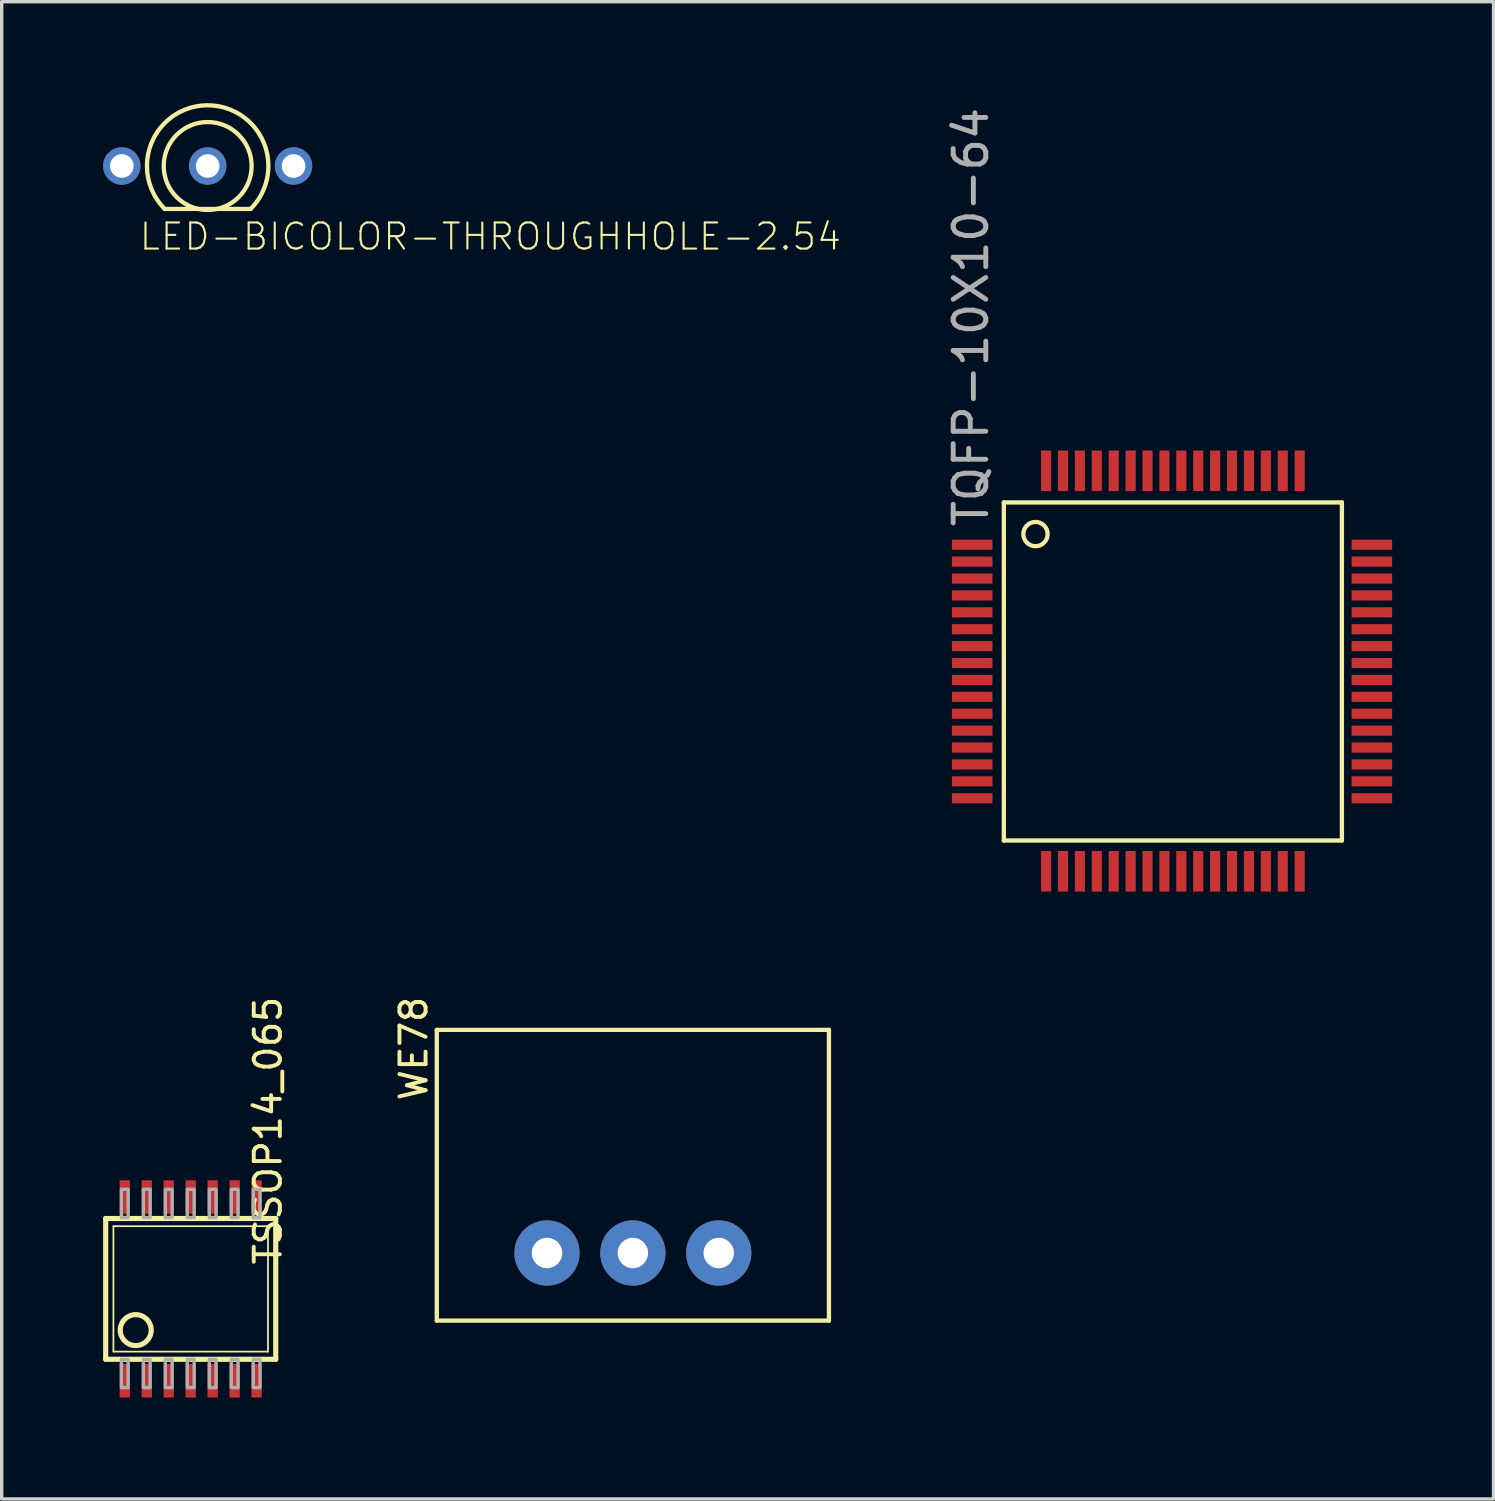
<source format=kicad_pcb>
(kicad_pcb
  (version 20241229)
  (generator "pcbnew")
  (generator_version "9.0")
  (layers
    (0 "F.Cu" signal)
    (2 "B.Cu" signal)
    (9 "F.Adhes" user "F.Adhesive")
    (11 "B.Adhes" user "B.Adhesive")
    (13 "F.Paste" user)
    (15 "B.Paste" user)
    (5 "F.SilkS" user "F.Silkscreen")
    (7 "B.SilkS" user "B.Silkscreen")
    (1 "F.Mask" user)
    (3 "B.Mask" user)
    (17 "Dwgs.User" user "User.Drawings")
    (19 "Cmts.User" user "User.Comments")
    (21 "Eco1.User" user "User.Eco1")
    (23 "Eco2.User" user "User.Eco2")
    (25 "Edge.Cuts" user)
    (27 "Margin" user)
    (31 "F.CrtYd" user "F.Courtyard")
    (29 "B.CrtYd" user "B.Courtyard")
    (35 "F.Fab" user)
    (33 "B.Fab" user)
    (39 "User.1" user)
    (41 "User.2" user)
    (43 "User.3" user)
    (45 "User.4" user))
  (footprint "WE78"
    (layer "F.Cu")
    (at 15.67 34.013)
    (property "Reference" "WE78" (at -6.032 -4.445 270) (layer "F.SilkS") (effects (font (size 0.772 0.772) (thickness 0.116)) (justify left bottom)))
    (attr through_hole)
    (fp_line (start -5.8 -6.6) (end 5.8 -6.6) (stroke (width 0.127) (type solid)) (layer "F.SilkS"))
    (fp_line (start -5.8 2) (end -5.8 -6.6) (stroke (width 0.127) (type solid)) (layer "F.SilkS"))
    (fp_line (start -5.8 2) (end 5.8 2) (stroke (width 0.127) (type solid)) (layer "F.SilkS"))
    (fp_line (start 5.8 -6.6) (end 5.8 2) (stroke (width 0.127) (type solid)) (layer "F.SilkS"))
    (pad "1" thru_hole circle (at -2.54 0 90) (size 1.93 1.93) (drill 0.9) (layers "*.Cu" "*.Mask"))
    (pad "2" thru_hole circle (at 0 0 90) (size 1.93 1.93) (drill 0.9) (layers "*.Cu" "*.Mask"))
    (pad "3" thru_hole circle (at 2.54 0 90) (size 1.93 1.93) (drill 0.9) (layers "*.Cu" "*.Mask")))
  (footprint "LED-BICOLOR-THROUGHHOLE-2.54"
    (layer "F.Cu")
    (at 3.093 1.86)
    (property "Reference" "LED-BICOLOR-THROUGHHOLE-2.54" (at -2.064 2.54 180) (layer "F.SilkS") (effects (font (size 0.772 0.772) (thickness 0.062)) (justify left bottom)))
    (attr through_hole)
    (fp_line (start -1.27 1.27) (end 1.27 1.27) (stroke (width 0.127) (type solid)) (layer "F.SilkS"))
    (fp_arc (start -1.27 1.27) (mid 0 -1.796051) (end 1.27 1.27) (stroke (width 0.127) (type solid)) (layer "F.SilkS"))
    (fp_circle (center 0 0) (end 1.3 0) (stroke (width 0.127) (type solid)) (fill no) (layer "F.SilkS"))
    (pad "1" thru_hole circle (at -2.54 0) (size 1.106 1.106) (drill 0.7) (layers "*.Cu" "*.Mask"))
    (pad "2" thru_hole circle (at 0 0) (size 1.106 1.106) (drill 0.7) (layers "*.Cu" "*.Mask"))
    (pad "3" thru_hole circle (at 2.54 0) (size 1.106 1.106) (drill 0.7) (layers "*.Cu" "*.Mask")))
  (footprint "TQFP-10X10-64"
    (layer "F.Cu")
    (at 31.643 16.812)
    (property "Reference" "TQFP-10X10-64" (at -5.408 -4.207 90) (layer "F.Fab") (effects (font (size 0.965 0.965) (thickness 0.145)) (justify left bottom)))
    (attr through_hole)
    (fp_line (start -5 -5) (end -5 5) (stroke (width 0.127) (type solid)) (layer "F.SilkS"))
    (fp_line (start -5 5) (end 5 5) (stroke (width 0.127) (type solid)) (layer "F.SilkS"))
    (fp_line (start 5 -5) (end -5 -5) (stroke (width 0.127) (type solid)) (layer "F.SilkS"))
    (fp_line (start 5 5) (end 5 -5) (stroke (width 0.127) (type solid)) (layer "F.SilkS"))
    (fp_circle (center -4.064 -4.064) (end -3.705 -4.064) (stroke (width 0.127) (type solid)) (fill no) (layer "F.SilkS"))
    (pad "1" smd rect (at -5.936 -3.75 270) (size 0.3 1.2) (layers "F.Cu" "F.Mask" "F.Paste"))
    (pad "2" smd rect (at -5.936 -3.25 270) (size 0.3 1.2) (layers "F.Cu" "F.Mask" "F.Paste"))
    (pad "3" smd rect (at -5.936 -2.75 270) (size 0.3 1.2) (layers "F.Cu" "F.Mask" "F.Paste"))
    (pad "4" smd rect (at -5.936 -2.25 270) (size 0.3 1.2) (layers "F.Cu" "F.Mask" "F.Paste"))
    (pad "5" smd rect (at -5.936 -1.75 270) (size 0.3 1.2) (layers "F.Cu" "F.Mask" "F.Paste"))
    (pad "6" smd rect (at -5.936 -1.25 270) (size 0.3 1.2) (layers "F.Cu" "F.Mask" "F.Paste"))
    (pad "7" smd rect (at -5.936 -0.75 270) (size 0.3 1.2) (layers "F.Cu" "F.Mask" "F.Paste"))
    (pad "8" smd rect (at -5.936 -0.25 270) (size 0.3 1.2) (layers "F.Cu" "F.Mask" "F.Paste"))
    (pad "9" smd rect (at -5.936 0.25 270) (size 0.3 1.2) (layers "F.Cu" "F.Mask" "F.Paste"))
    (pad "10" smd rect (at -5.936 0.75 270) (size 0.3 1.2) (layers "F.Cu" "F.Mask" "F.Paste"))
    (pad "11" smd rect (at -5.936 1.25 270) (size 0.3 1.2) (layers "F.Cu" "F.Mask" "F.Paste"))
    (pad "12" smd rect (at -5.936 1.75 270) (size 0.3 1.2) (layers "F.Cu" "F.Mask" "F.Paste"))
    (pad "13" smd rect (at -5.936 2.25 270) (size 0.3 1.2) (layers "F.Cu" "F.Mask" "F.Paste"))
    (pad "14" smd rect (at -5.936 2.75 270) (size 0.3 1.2) (layers "F.Cu" "F.Mask" "F.Paste"))
    (pad "15" smd rect (at -5.936 3.25 270) (size 0.3 1.2) (layers "F.Cu" "F.Mask" "F.Paste"))
    (pad "16" smd rect (at -5.936 3.75 270) (size 0.3 1.2) (layers "F.Cu" "F.Mask" "F.Paste"))
    (pad "17" smd rect (at -3.75 5.911) (size 0.3 1.2) (layers "F.Cu" "F.Mask" "F.Paste"))
    (pad "18" smd rect (at -3.25 5.911) (size 0.3 1.2) (layers "F.Cu" "F.Mask" "F.Paste"))
    (pad "19" smd rect (at -2.75 5.911) (size 0.3 1.2) (layers "F.Cu" "F.Mask" "F.Paste"))
    (pad "20" smd rect (at -2.25 5.911) (size 0.3 1.2) (layers "F.Cu" "F.Mask" "F.Paste"))
    (pad "21" smd rect (at -1.75 5.911) (size 0.3 1.2) (layers "F.Cu" "F.Mask" "F.Paste"))
    (pad "22" smd rect (at -1.25 5.911) (size 0.3 1.2) (layers "F.Cu" "F.Mask" "F.Paste"))
    (pad "23" smd rect (at -0.75 5.911) (size 0.3 1.2) (layers "F.Cu" "F.Mask" "F.Paste"))
    (pad "24" smd rect (at -0.25 5.911) (size 0.3 1.2) (layers "F.Cu" "F.Mask" "F.Paste"))
    (pad "25" smd rect (at 0.25 5.911) (size 0.3 1.2) (layers "F.Cu" "F.Mask" "F.Paste"))
    (pad "26" smd rect (at 0.75 5.911) (size 0.3 1.2) (layers "F.Cu" "F.Mask" "F.Paste"))
    (pad "27" smd rect (at 1.25 5.911) (size 0.3 1.2) (layers "F.Cu" "F.Mask" "F.Paste"))
    (pad "28" smd rect (at 1.75 5.911) (size 0.3 1.2) (layers "F.Cu" "F.Mask" "F.Paste"))
    (pad "29" smd rect (at 2.25 5.911) (size 0.3 1.2) (layers "F.Cu" "F.Mask" "F.Paste"))
    (pad "30" smd rect (at 2.75 5.911) (size 0.3 1.2) (layers "F.Cu" "F.Mask" "F.Paste"))
    (pad "31" smd rect (at 3.25 5.911) (size 0.3 1.2) (layers "F.Cu" "F.Mask" "F.Paste"))
    (pad "32" smd rect (at 3.75 5.911) (size 0.3 1.2) (layers "F.Cu" "F.Mask" "F.Paste"))
    (pad "33" smd rect (at 5.886 3.75 90) (size 0.3 1.2) (layers "F.Cu" "F.Mask" "F.Paste"))
    (pad "34" smd rect (at 5.886 3.25 90) (size 0.3 1.2) (layers "F.Cu" "F.Mask" "F.Paste"))
    (pad "35" smd rect (at 5.886 2.75 90) (size 0.3 1.2) (layers "F.Cu" "F.Mask" "F.Paste"))
    (pad "36" smd rect (at 5.886 2.25 90) (size 0.3 1.2) (layers "F.Cu" "F.Mask" "F.Paste"))
    (pad "37" smd rect (at 5.886 1.75 90) (size 0.3 1.2) (layers "F.Cu" "F.Mask" "F.Paste"))
    (pad "38" smd rect (at 5.886 1.25 90) (size 0.3 1.2) (layers "F.Cu" "F.Mask" "F.Paste"))
    (pad "39" smd rect (at 5.886 0.75 90) (size 0.3 1.2) (layers "F.Cu" "F.Mask" "F.Paste"))
    (pad "40" smd rect (at 5.886 0.25 90) (size 0.3 1.2) (layers "F.Cu" "F.Mask" "F.Paste"))
    (pad "41" smd rect (at 5.886 -0.25 90) (size 0.3 1.2) (layers "F.Cu" "F.Mask" "F.Paste"))
    (pad "42" smd rect (at 5.886 -0.75 90) (size 0.3 1.2) (layers "F.Cu" "F.Mask" "F.Paste"))
    (pad "43" smd rect (at 5.886 -1.25 90) (size 0.3 1.2) (layers "F.Cu" "F.Mask" "F.Paste"))
    (pad "44" smd rect (at 5.886 -1.75 90) (size 0.3 1.2) (layers "F.Cu" "F.Mask" "F.Paste"))
    (pad "45" smd rect (at 5.886 -2.25 90) (size 0.3 1.2) (layers "F.Cu" "F.Mask" "F.Paste"))
    (pad "46" smd rect (at 5.886 -2.75 90) (size 0.3 1.2) (layers "F.Cu" "F.Mask" "F.Paste"))
    (pad "47" smd rect (at 5.886 -3.25 90) (size 0.3 1.2) (layers "F.Cu" "F.Mask" "F.Paste"))
    (pad "48" smd rect (at 5.886 -3.75 90) (size 0.3 1.2) (layers "F.Cu" "F.Mask" "F.Paste"))
    (pad "49" smd rect (at 3.75 -5.936 180) (size 0.3 1.2) (layers "F.Cu" "F.Mask" "F.Paste"))
    (pad "50" smd rect (at 3.25 -5.936 180) (size 0.3 1.2) (layers "F.Cu" "F.Mask" "F.Paste"))
    (pad "51" smd rect (at 2.75 -5.936 180) (size 0.3 1.2) (layers "F.Cu" "F.Mask" "F.Paste"))
    (pad "52" smd rect (at 2.25 -5.936 180) (size 0.3 1.2) (layers "F.Cu" "F.Mask" "F.Paste"))
    (pad "53" smd rect (at 1.75 -5.936 180) (size 0.3 1.2) (layers "F.Cu" "F.Mask" "F.Paste"))
    (pad "54" smd rect (at 1.25 -5.936 180) (size 0.3 1.2) (layers "F.Cu" "F.Mask" "F.Paste"))
    (pad "55" smd rect (at 0.75 -5.936 180) (size 0.3 1.2) (layers "F.Cu" "F.Mask" "F.Paste"))
    (pad "56" smd rect (at 0.25 -5.936 180) (size 0.3 1.2) (layers "F.Cu" "F.Mask" "F.Paste"))
    (pad "57" smd rect (at -0.25 -5.936 180) (size 0.3 1.2) (layers "F.Cu" "F.Mask" "F.Paste"))
    (pad "58" smd rect (at -0.75 -5.936 180) (size 0.3 1.2) (layers "F.Cu" "F.Mask" "F.Paste"))
    (pad "59" smd rect (at -1.25 -5.936 180) (size 0.3 1.2) (layers "F.Cu" "F.Mask" "F.Paste"))
    (pad "60" smd rect (at -1.75 -5.936 180) (size 0.3 1.2) (layers "F.Cu" "F.Mask" "F.Paste"))
    (pad "61" smd rect (at -2.25 -5.936 180) (size 0.3 1.2) (layers "F.Cu" "F.Mask" "F.Paste"))
    (pad "62" smd rect (at -2.75 -5.936 180) (size 0.3 1.2) (layers "F.Cu" "F.Mask" "F.Paste"))
    (pad "63" smd rect (at -3.25 -5.936 180) (size 0.3 1.2) (layers "F.Cu" "F.Mask" "F.Paste"))
    (pad "64" smd rect (at -3.75 -5.936 180) (size 0.3 1.2) (layers "F.Cu" "F.Mask" "F.Paste")))
  (footprint "TSSOP14_065"
    (layer "F.Cu")
    (at 2.591 35.075)
    (property "Reference" "TSSOP14_065" (at 2.737 -0.654 90) (layer "F.SilkS") (effects (font (size 0.772 0.772) (thickness 0.116)) (justify left bottom)))
    (attr through_hole)
    (fp_line (start -2.515 2.083) (end -2.515 -2.083) (stroke (width 0.152) (type solid)) (layer "F.SilkS"))
    (fp_line (start -2.515 2.083) (end 2.515 2.083) (stroke (width 0.152) (type solid)) (layer "F.SilkS"))
    (fp_line (start -2.286 1.854) (end -2.286 -1.854) (stroke (width 0.051) (type solid)) (layer "F.SilkS"))
    (fp_line (start -2.286 1.854) (end 2.286 1.854) (stroke (width 0.051) (type solid)) (layer "F.SilkS"))
    (fp_line (start 2.286 -1.854) (end -2.286 -1.854) (stroke (width 0.051) (type solid)) (layer "F.SilkS"))
    (fp_line (start 2.286 -1.854) (end 2.286 1.854) (stroke (width 0.051) (type solid)) (layer "F.SilkS"))
    (fp_line (start 2.515 -2.083) (end -2.515 -2.083) (stroke (width 0.152) (type solid)) (layer "F.SilkS"))
    (fp_line (start 2.515 -2.083) (end 2.515 2.083) (stroke (width 0.152) (type solid)) (layer "F.SilkS"))
    (fp_circle (center -1.626 1.219) (end -1.168 1.219) (stroke (width 0.152) (type solid)) (fill no) (layer "F.SilkS"))
    (fp_poly (pts (xy -2.05 -2.108) (xy -1.85 -2.108) (xy -1.85 -2.946) (xy -2.05 -2.946)) (stroke (width 0.1) (type solid)) (fill no) (layer "F.Fab"))
    (fp_poly (pts (xy -2.05 2.921) (xy -1.85 2.921) (xy -1.85 2.083) (xy -2.05 2.083)) (stroke (width 0.1) (type solid)) (fill no) (layer "F.Fab"))
    (fp_poly (pts (xy -1.4 -2.108) (xy -1.2 -2.108) (xy -1.2 -2.946) (xy -1.4 -2.946)) (stroke (width 0.1) (type solid)) (fill no) (layer "F.Fab"))
    (fp_poly (pts (xy -1.4 2.921) (xy -1.2 2.921) (xy -1.2 2.083) (xy -1.4 2.083)) (stroke (width 0.1) (type solid)) (fill no) (layer "F.Fab"))
    (fp_poly (pts (xy -0.75 -2.108) (xy -0.55 -2.108) (xy -0.55 -2.946) (xy -0.75 -2.946)) (stroke (width 0.1) (type solid)) (fill no) (layer "F.Fab"))
    (fp_poly (pts (xy -0.75 2.921) (xy -0.55 2.921) (xy -0.55 2.083) (xy -0.75 2.083)) (stroke (width 0.1) (type solid)) (fill no) (layer "F.Fab"))
    (fp_poly (pts (xy -0.102 -2.108) (xy 0.102 -2.108) (xy 0.102 -2.946) (xy -0.102 -2.946)) (stroke (width 0.1) (type solid)) (fill no) (layer "F.Fab"))
    (fp_poly (pts (xy -0.102 2.921) (xy 0.102 2.921) (xy 0.102 2.083) (xy -0.102 2.083)) (stroke (width 0.1) (type solid)) (fill no) (layer "F.Fab"))
    (fp_poly (pts (xy 0.55 -2.108) (xy 0.75 -2.108) (xy 0.75 -2.946) (xy 0.55 -2.946)) (stroke (width 0.1) (type solid)) (fill no) (layer "F.Fab"))
    (fp_poly (pts (xy 0.55 2.921) (xy 0.75 2.921) (xy 0.75 2.083) (xy 0.55 2.083)) (stroke (width 0.1) (type solid)) (fill no) (layer "F.Fab"))
    (fp_poly (pts (xy 1.2 -2.108) (xy 1.4 -2.108) (xy 1.4 -2.946) (xy 1.2 -2.946)) (stroke (width 0.1) (type solid)) (fill no) (layer "F.Fab"))
    (fp_poly (pts (xy 1.2 2.921) (xy 1.4 2.921) (xy 1.4 2.083) (xy 1.2 2.083)) (stroke (width 0.1) (type solid)) (fill no) (layer "F.Fab"))
    (fp_poly (pts (xy 1.85 -2.108) (xy 2.05 -2.108) (xy 2.05 -2.946) (xy 1.85 -2.946)) (stroke (width 0.1) (type solid)) (fill no) (layer "F.Fab"))
    (fp_poly (pts (xy 1.85 2.921) (xy 2.05 2.921) (xy 2.05 2.083) (xy 1.85 2.083)) (stroke (width 0.1) (type solid)) (fill no) (layer "F.Fab"))
    (pad "1" smd rect (at -1.95 2.718) (size 0.305 0.991) (layers "F.Cu" "F.Mask" "F.Paste"))
    (pad "2" smd rect (at -1.3 2.718) (size 0.305 0.991) (layers "F.Cu" "F.Mask" "F.Paste"))
    (pad "3" smd rect (at -0.65 2.718) (size 0.305 0.991) (layers "F.Cu" "F.Mask" "F.Paste"))
    (pad "4" smd rect (at 0 2.718) (size 0.305 0.991) (layers "F.Cu" "F.Mask" "F.Paste"))
    (pad "5" smd rect (at 0.65 2.718) (size 0.305 0.991) (layers "F.Cu" "F.Mask" "F.Paste"))
    (pad "6" smd rect (at 1.3 2.718) (size 0.305 0.991) (layers "F.Cu" "F.Mask" "F.Paste"))
    (pad "7" smd rect (at 1.95 2.718) (size 0.305 0.991) (layers "F.Cu" "F.Mask" "F.Paste"))
    (pad "8" smd rect (at 1.95 -2.718) (size 0.305 0.991) (layers "F.Cu" "F.Mask" "F.Paste"))
    (pad "9" smd rect (at 1.3 -2.718) (size 0.305 0.991) (layers "F.Cu" "F.Mask" "F.Paste"))
    (pad "10" smd rect (at 0.65 -2.718) (size 0.305 0.991) (layers "F.Cu" "F.Mask" "F.Paste"))
    (pad "11" smd rect (at 0 -2.718) (size 0.305 0.991) (layers "F.Cu" "F.Mask" "F.Paste"))
    (pad "12" smd rect (at -0.65 -2.718) (size 0.305 0.991) (layers "F.Cu" "F.Mask" "F.Paste"))
    (pad "13" smd rect (at -1.3 -2.718) (size 0.305 0.991) (layers "F.Cu" "F.Mask" "F.Paste"))
    (pad "14" smd rect (at -1.95 -2.718) (size 0.305 0.991) (layers "F.Cu" "F.Mask" "F.Paste")))
  (gr_rect
    (start -3 -3)
    (end 41.128 41.289)
    (stroke (width 0.1) (type default))
    (fill no)
    (layer "Edge.Cuts")))
</source>
